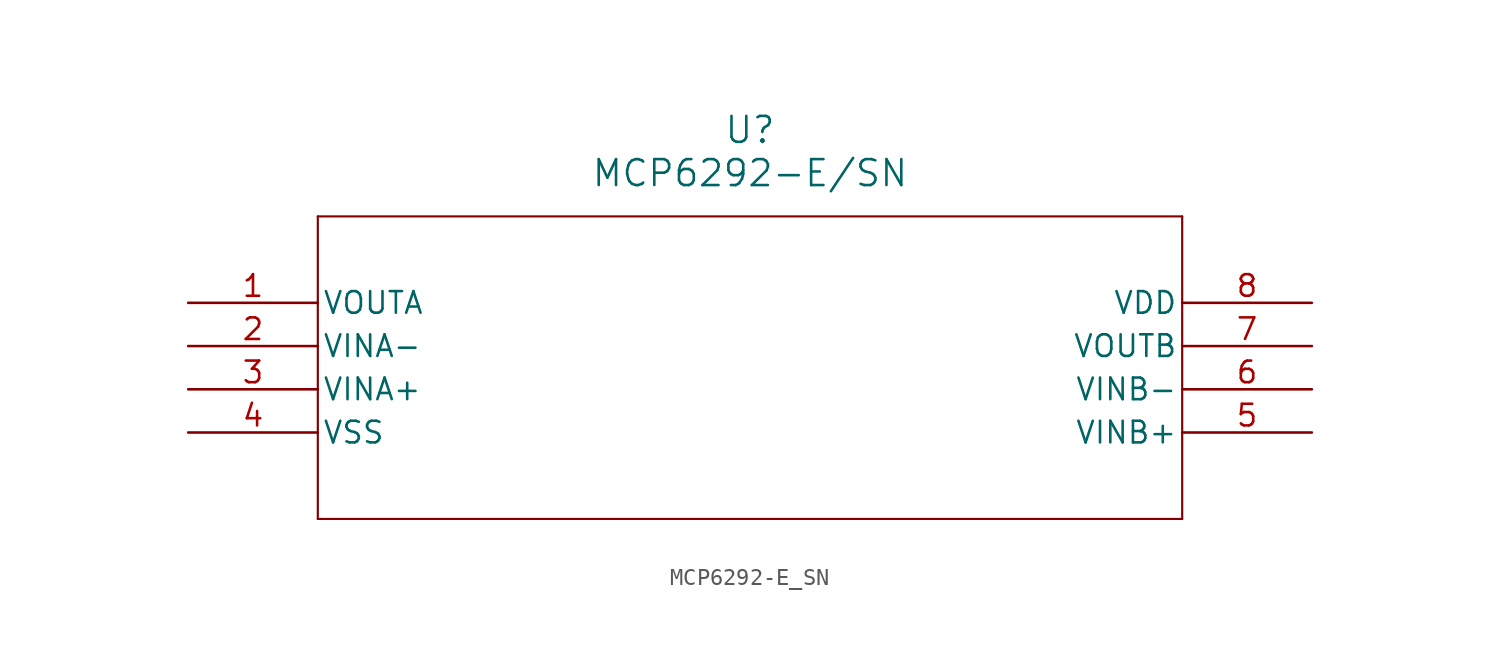
<source format=kicad_sym>
(kicad_symbol_lib
  (version 20211014)
  (generator kicad_symbol_editor)
  (symbol "MCP6292-E_SN"
    (pin_names
      (offset 0.254))
    (property "Reference" "U"
      (at 33.02 10.16 0)
      (effects (font (size 1.524 1.524))))
    (property "Value" "MCP6292-E/SN"
      (at 33.02 7.62 0)
      (effects (font (size 1.524 1.524))))
    (symbol "MCP6292-E_SN_0_1"
      (polyline (pts (xy 7.62 5.08) (xy 7.62 -12.7)) (stroke (width 0.127) (type default) (color 0 0 0 0)) (fill (type none)))
      (polyline (pts (xy 7.62 -12.7) (xy 58.42 -12.7)) (stroke (width 0.127) (type default) (color 0 0 0 0)) (fill (type none)))
      (polyline (pts (xy 58.42 -12.7) (xy 58.42 5.08)) (stroke (width 0.127) (type default) (color 0 0 0 0)) (fill (type none)))
      (polyline (pts (xy 58.42 5.08) (xy 7.62 5.08)) (stroke (width 0.127) (type default) (color 0 0 0 0)) (fill (type none)))
      (pin unspecified line (at 0 0 0) (length 7.62) (name "VOUTA" (effects (font (size 1.27 1.27)))) (number "1" (effects (font (size 1.27 1.27)))))
      (pin unspecified line (at 0 -2.54 0) (length 7.62) (name "VINA-" (effects (font (size 1.27 1.27)))) (number "2" (effects (font (size 1.27 1.27)))))
      (pin unspecified line (at 0 -5.08 0) (length 7.62) (name "VINA+" (effects (font (size 1.27 1.27)))) (number "3" (effects (font (size 1.27 1.27)))))
      (pin unspecified line (at 0 -7.62 0) (length 7.62) (name "VSS" (effects (font (size 1.27 1.27)))) (number "4" (effects (font (size 1.27 1.27)))))
      (pin unspecified line (at 66.04 -7.62 180) (length 7.62) (name "VINB+" (effects (font (size 1.27 1.27)))) (number "5" (effects (font (size 1.27 1.27)))))
      (pin unspecified line (at 66.04 -5.08 180) (length 7.62) (name "VINB-" (effects (font (size 1.27 1.27)))) (number "6" (effects (font (size 1.27 1.27)))))
      (pin unspecified line (at 66.04 -2.54 180) (length 7.62) (name "VOUTB" (effects (font (size 1.27 1.27)))) (number "7" (effects (font (size 1.27 1.27)))))
      (pin unspecified line (at 66.04 0 180) (length 7.62) (name "VDD" (effects (font (size 1.27 1.27)))) (number "8" (effects (font (size 1.27 1.27))))))))
</source>
